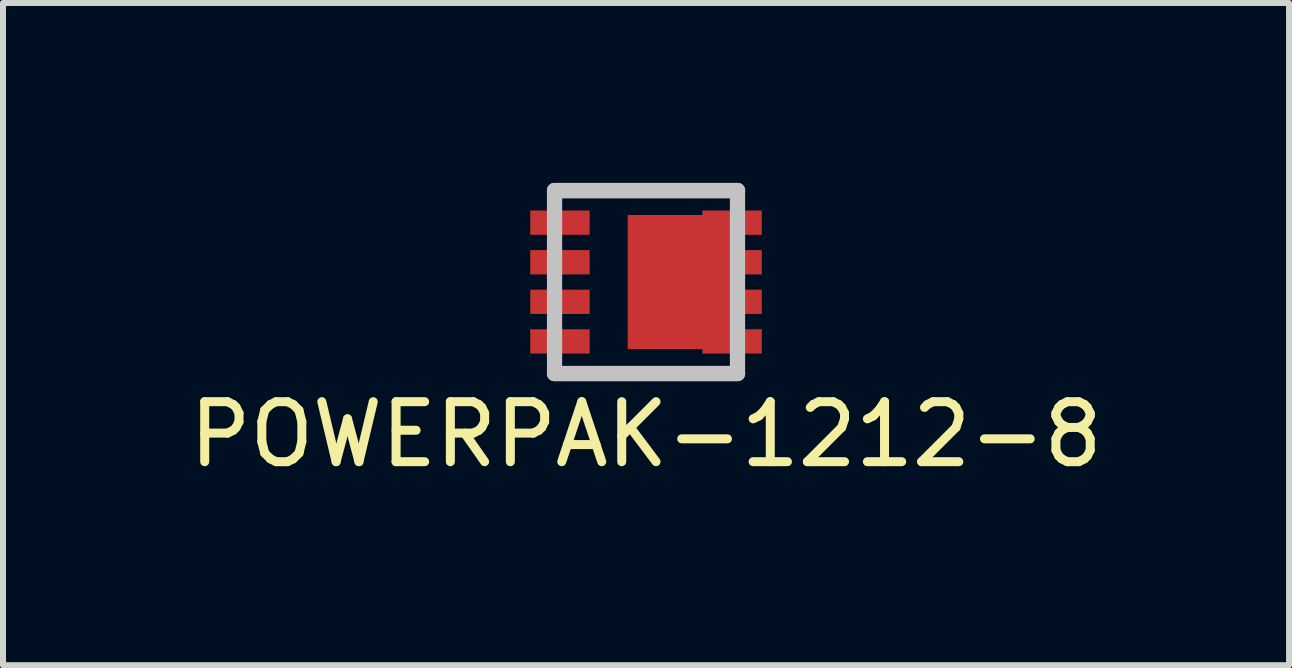
<source format=kicad_pcb>
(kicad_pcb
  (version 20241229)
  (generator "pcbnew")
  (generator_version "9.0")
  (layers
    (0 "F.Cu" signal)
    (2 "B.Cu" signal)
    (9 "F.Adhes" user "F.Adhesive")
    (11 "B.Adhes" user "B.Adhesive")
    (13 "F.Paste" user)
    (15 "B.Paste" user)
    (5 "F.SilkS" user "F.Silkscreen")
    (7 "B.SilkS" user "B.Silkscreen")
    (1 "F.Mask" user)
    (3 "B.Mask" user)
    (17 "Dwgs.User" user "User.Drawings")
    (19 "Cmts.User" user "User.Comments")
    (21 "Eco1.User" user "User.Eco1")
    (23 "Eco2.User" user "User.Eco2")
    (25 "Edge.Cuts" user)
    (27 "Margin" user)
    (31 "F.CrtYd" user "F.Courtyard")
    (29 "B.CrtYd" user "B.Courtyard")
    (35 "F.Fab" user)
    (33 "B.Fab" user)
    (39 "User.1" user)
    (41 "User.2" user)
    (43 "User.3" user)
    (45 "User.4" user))
  (footprint "POWERPAK-1212-8"
    (layer "F.Cu")
    (at 7.72 1.652)
    (property "Reference" "POWERPAK-1212-8" (at 0 2.54 0) (layer "F.SilkS") (effects (font (size 1 1) (thickness 0.15))))
    (attr smd)
    (fp_line (start -1.525 -1.525) (end 1.525 -1.525) (stroke (width 0.254) (type solid)) (layer "F.SilkS"))
    (fp_line (start -1.525 1.525) (end 1.525 1.525) (stroke (width 0.254) (type solid)) (layer "F.SilkS"))
    (fp_line (start -1.525 -1.525) (end 1.525 -1.525) (stroke (width 0.254) (type solid)) (layer "Dwgs.User"))
    (fp_line (start -1.525 1.525) (end -1.525 -1.525) (stroke (width 0.254) (type solid)) (layer "Dwgs.User"))
    (fp_line (start 1.525 -1.525) (end 1.525 1.525) (stroke (width 0.254) (type solid)) (layer "Dwgs.User"))
    (fp_line (start 1.525 1.525) (end -1.525 1.525) (stroke (width 0.254) (type solid)) (layer "Dwgs.User"))
    (pad "1" smd rect (at -1.435 -0.99 90) (size 0.405 0.99) (layers "F.Cu" "F.Mask" "F.Paste"))
    (pad "2" smd rect (at -1.435 -0.33 90) (size 0.405 0.99) (layers "F.Cu" "F.Mask" "F.Paste"))
    (pad "3" smd rect (at -1.435 0.33 90) (size 0.405 0.99) (layers "F.Cu" "F.Mask" "F.Paste"))
    (pad "4" smd rect (at -1.435 0.99 90) (size 0.405 0.99) (layers "F.Cu" "F.Mask" "F.Paste"))
    (pad "5" smd rect (at 1.435 0.99 90) (size 0.405 0.99) (layers "F.Cu" "F.Mask" "F.Paste"))
    (pad "6" smd rect (at 1.435 0.33 90) (size 0.405 0.99) (layers "F.Cu" "F.Mask" "F.Paste"))
    (pad "7" smd rect (at 1.435 -0.33 90) (size 0.405 0.99) (layers "F.Cu" "F.Mask" "F.Paste"))
    (pad "8" smd rect (at 1.435 -0.99 90) (size 0.405 0.99) (layers "F.Cu" "F.Mask" "F.Paste"))
    (pad "9" smd rect (at 0.557 0) (size 1.725 2.235) (layers "F.Cu" "F.Mask" "F.Paste")))
  (gr_rect
    (start -3 -3)
    (end 18.44 8.04)
    (stroke (width 0.1) (type default))
    (fill no)
    (layer "Edge.Cuts")))
</source>
